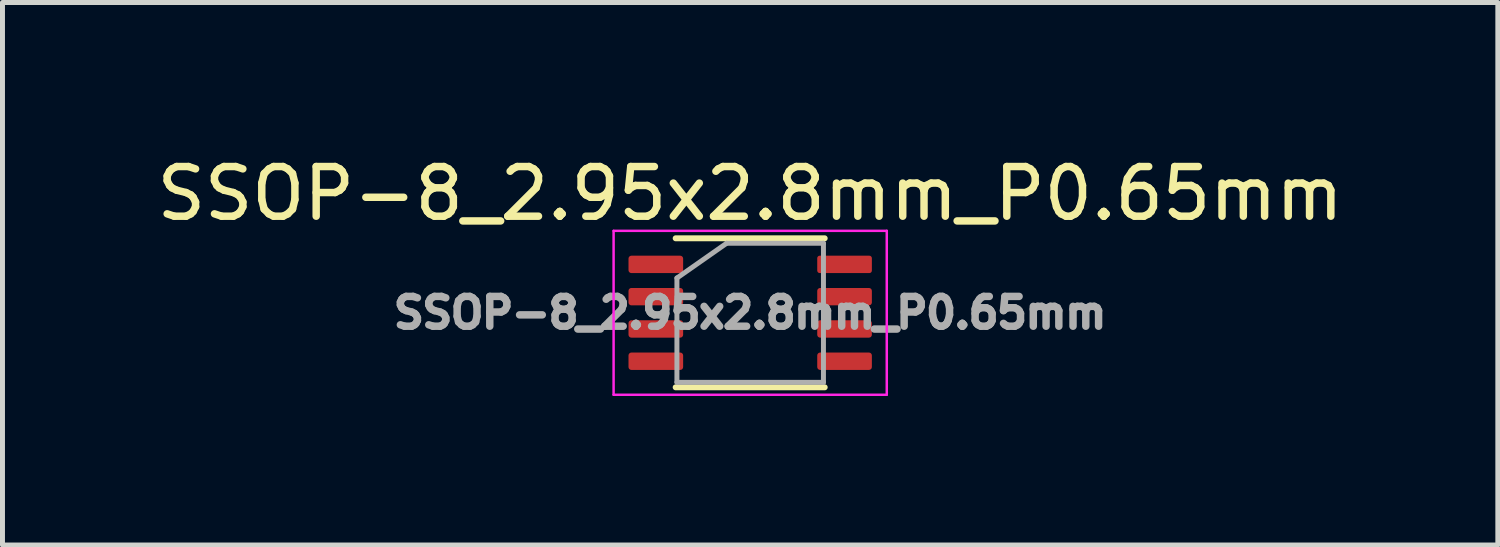
<source format=kicad_pcb>
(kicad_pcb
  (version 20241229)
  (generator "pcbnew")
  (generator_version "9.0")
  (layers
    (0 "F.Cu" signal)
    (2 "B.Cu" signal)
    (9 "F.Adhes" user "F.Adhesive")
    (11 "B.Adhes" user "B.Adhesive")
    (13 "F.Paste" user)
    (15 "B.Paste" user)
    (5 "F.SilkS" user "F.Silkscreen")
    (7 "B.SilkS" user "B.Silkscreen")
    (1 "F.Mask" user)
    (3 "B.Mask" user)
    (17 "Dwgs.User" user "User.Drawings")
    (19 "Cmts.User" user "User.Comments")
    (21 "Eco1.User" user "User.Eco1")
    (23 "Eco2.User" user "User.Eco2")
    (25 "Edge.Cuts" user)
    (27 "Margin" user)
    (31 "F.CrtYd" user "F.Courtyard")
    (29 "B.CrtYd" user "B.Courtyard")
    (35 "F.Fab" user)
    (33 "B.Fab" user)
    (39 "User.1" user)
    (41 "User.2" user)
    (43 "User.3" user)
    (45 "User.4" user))
  (footprint "SSOP-8_2.95x2.8mm_P0.65mm"
    (layer "F.Cu")
    (at 12.054 3.248)
    (property "Reference" "SSOP-8_2.95x2.8mm_P0.65mm" (at 0 -2.4 0) (layer "F.SilkS") (effects (font (size 1 1) (thickness 0.15))))
    (attr smd)
    (fp_line (start 1.5 -1.5) (end -1.5 -1.5) (stroke (width 0.12) (type solid)) (layer "F.SilkS"))
    (fp_line (start 1.5 1.5) (end -1.5 1.5) (stroke (width 0.12) (type solid)) (layer "F.SilkS"))
    (fp_line (start -2.75 -1.65) (end 2.75 -1.65) (stroke (width 0.05) (type solid)) (layer "F.CrtYd"))
    (fp_line (start -2.75 1.65) (end -2.75 -1.65) (stroke (width 0.05) (type solid)) (layer "F.CrtYd"))
    (fp_line (start 2.75 -1.65) (end 2.75 1.65) (stroke (width 0.05) (type solid)) (layer "F.CrtYd"))
    (fp_line (start 2.75 1.65) (end -2.75 1.65) (stroke (width 0.05) (type solid)) (layer "F.CrtYd"))
    (fp_line (start -1.475 1.4) (end -1.475 -0.7) (stroke (width 0.1) (type solid)) (layer "F.Fab"))
    (fp_line (start -0.475 -1.4) (end -1.475 -0.7) (stroke (width 0.1) (type solid)) (layer "F.Fab"))
    (fp_line (start -0.475 -1.4) (end 1.475 -1.4) (stroke (width 0.1) (type solid)) (layer "F.Fab"))
    (fp_line (start 1.475 -1.4) (end 1.475 1.4) (stroke (width 0.1) (type solid)) (layer "F.Fab"))
    (fp_line (start 1.475 1.4) (end -1.475 1.4) (stroke (width 0.1) (type solid)) (layer "F.Fab"))
    (fp_text user "${REFERENCE}" (at 0 0 0) (layer "F.Fab") (effects (font (size 0.6 0.6) (thickness 0.15))))
    (pad "1" smd roundrect (at -1.9 -0.975 270) (size 0.35 1.1) (layers "F.Cu" "F.Mask" "F.Paste") (roundrect_rratio 0.167))
    (pad "2" smd roundrect (at -1.9 -0.325 270) (size 0.35 1.1) (layers "F.Cu" "F.Mask" "F.Paste") (roundrect_rratio 0.167))
    (pad "3" smd roundrect (at -1.9 0.325 270) (size 0.35 1.1) (layers "F.Cu" "F.Mask" "F.Paste") (roundrect_rratio 0.167))
    (pad "4" smd roundrect (at -1.9 0.975 270) (size 0.35 1.1) (layers "F.Cu" "F.Mask" "F.Paste") (roundrect_rratio 0.167))
    (pad "5" smd roundrect (at 1.9 0.975 270) (size 0.35 1.1) (layers "F.Cu" "F.Mask" "F.Paste") (roundrect_rratio 0.167))
    (pad "6" smd roundrect (at 1.9 0.325 270) (size 0.35 1.1) (layers "F.Cu" "F.Mask" "F.Paste") (roundrect_rratio 0.167))
    (pad "7" smd roundrect (at 1.9 -0.325 270) (size 0.35 1.1) (layers "F.Cu" "F.Mask" "F.Paste") (roundrect_rratio 0.167))
    (pad "8" smd roundrect (at 1.9 -0.975 270) (size 0.35 1.1) (layers "F.Cu" "F.Mask" "F.Paste") (roundrect_rratio 0.143)))
  (gr_rect
    (start -3 -3)
    (end 27.107 7.923)
    (stroke (width 0.1) (type default))
    (fill no)
    (layer "Edge.Cuts")))
</source>
